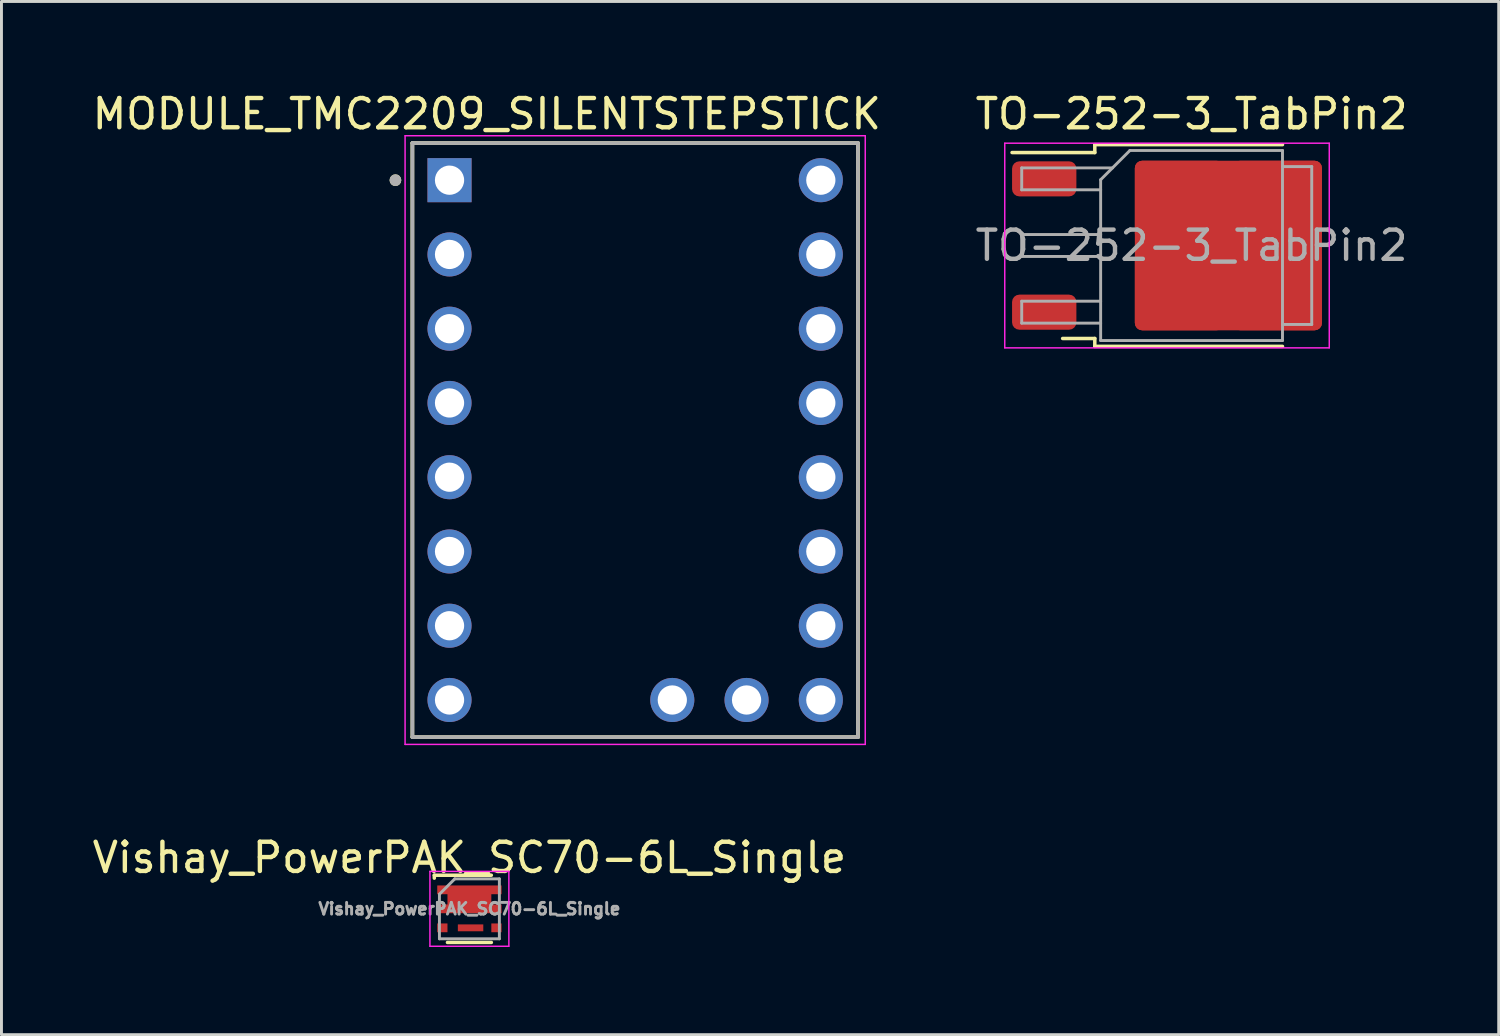
<source format=kicad_pcb>
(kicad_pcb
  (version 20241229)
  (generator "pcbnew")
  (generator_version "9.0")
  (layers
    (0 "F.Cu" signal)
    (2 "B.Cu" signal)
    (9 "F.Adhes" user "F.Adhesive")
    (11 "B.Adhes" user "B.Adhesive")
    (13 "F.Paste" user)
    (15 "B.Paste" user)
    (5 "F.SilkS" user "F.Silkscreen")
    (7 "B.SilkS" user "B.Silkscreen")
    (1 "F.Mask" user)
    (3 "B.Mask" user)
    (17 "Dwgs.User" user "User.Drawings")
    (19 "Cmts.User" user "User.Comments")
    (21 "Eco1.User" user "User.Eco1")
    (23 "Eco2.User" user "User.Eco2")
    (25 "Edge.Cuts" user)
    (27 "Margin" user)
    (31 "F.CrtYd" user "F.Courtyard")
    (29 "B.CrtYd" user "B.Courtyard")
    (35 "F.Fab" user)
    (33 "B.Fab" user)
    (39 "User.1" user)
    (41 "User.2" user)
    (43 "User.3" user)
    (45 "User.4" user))
  (footprint "TO-252-3_TabPin2"
    (layer "F.Cu")
    (at 37.708 5.348)
    (property "Reference" "TO-252-3_TabPin2" (at 0 -4.5 0) (layer "F.SilkS") (effects (font (size 1 1) (thickness 0.15))))
    (attr smd)
    (fp_line (start -3.31 -3.45) (end -3.31 -3.18) (stroke (width 0.12) (type solid)) (layer "F.SilkS"))
    (fp_line (start -3.31 -3.18) (end -6.14 -3.18) (stroke (width 0.12) (type solid)) (layer "F.SilkS"))
    (fp_line (start -3.31 3.18) (end -4.41 3.18) (stroke (width 0.12) (type solid)) (layer "F.SilkS"))
    (fp_line (start -3.31 3.45) (end -3.31 3.18) (stroke (width 0.12) (type solid)) (layer "F.SilkS"))
    (fp_line (start 3.11 -3.45) (end -3.31 -3.45) (stroke (width 0.12) (type solid)) (layer "F.SilkS"))
    (fp_line (start 3.11 3.45) (end -3.31 3.45) (stroke (width 0.12) (type solid)) (layer "F.SilkS"))
    (fp_line (start -6.39 -3.5) (end -6.39 3.5) (stroke (width 0.05) (type solid)) (layer "F.CrtYd"))
    (fp_line (start -6.39 3.5) (end 4.71 3.5) (stroke (width 0.05) (type solid)) (layer "F.CrtYd"))
    (fp_line (start 4.71 -3.5) (end -6.39 -3.5) (stroke (width 0.05) (type solid)) (layer "F.CrtYd"))
    (fp_line (start 4.71 3.5) (end 4.71 -3.5) (stroke (width 0.05) (type solid)) (layer "F.CrtYd"))
    (fp_line (start -5.81 -2.655) (end -5.81 -1.905) (stroke (width 0.1) (type solid)) (layer "F.Fab"))
    (fp_line (start -5.81 -1.905) (end -3.11 -1.905) (stroke (width 0.1) (type solid)) (layer "F.Fab"))
    (fp_line (start -5.81 -0.375) (end -5.81 0.375) (stroke (width 0.1) (type solid)) (layer "F.Fab"))
    (fp_line (start -5.81 0.375) (end -3.11 0.375) (stroke (width 0.1) (type solid)) (layer "F.Fab"))
    (fp_line (start -5.81 1.905) (end -5.81 2.655) (stroke (width 0.1) (type solid)) (layer "F.Fab"))
    (fp_line (start -5.81 2.655) (end -3.11 2.655) (stroke (width 0.1) (type solid)) (layer "F.Fab"))
    (fp_line (start -3.11 -2.25) (end -2.11 -3.25) (stroke (width 0.1) (type solid)) (layer "F.Fab"))
    (fp_line (start -3.11 -0.375) (end -5.81 -0.375) (stroke (width 0.1) (type solid)) (layer "F.Fab"))
    (fp_line (start -3.11 1.905) (end -5.81 1.905) (stroke (width 0.1) (type solid)) (layer "F.Fab"))
    (fp_line (start -3.11 3.25) (end -3.11 -2.25) (stroke (width 0.1) (type solid)) (layer "F.Fab"))
    (fp_line (start -2.705 -2.655) (end -5.81 -2.655) (stroke (width 0.1) (type solid)) (layer "F.Fab"))
    (fp_line (start -2.11 -3.25) (end 3.11 -3.25) (stroke (width 0.1) (type solid)) (layer "F.Fab"))
    (fp_line (start 3.11 -3.25) (end 3.11 3.25) (stroke (width 0.1) (type solid)) (layer "F.Fab"))
    (fp_line (start 3.11 -2.7) (end 4.11 -2.7) (stroke (width 0.1) (type solid)) (layer "F.Fab"))
    (fp_line (start 3.11 3.25) (end -3.11 3.25) (stroke (width 0.1) (type solid)) (layer "F.Fab"))
    (fp_line (start 4.11 -2.7) (end 4.11 2.7) (stroke (width 0.1) (type solid)) (layer "F.Fab"))
    (fp_line (start 4.11 2.7) (end 3.11 2.7) (stroke (width 0.1) (type solid)) (layer "F.Fab"))
    (fp_text user "${REFERENCE}" (at 0 0 0) (layer "F.Fab") (effects (font (size 1 1) (thickness 0.15))))
    (pad "1" smd roundrect (at -5.04 -2.28) (size 2.2 1.2) (layers "F.Cu" "F.Mask" "F.Paste") (roundrect_rratio 0.208))
    (pad "2" smd roundrect (at -0.415 -1.525) (size 3.05 2.75) (layers "F.Cu" "F.Paste") (roundrect_rratio 0.091))
    (pad "2" smd roundrect (at -0.415 1.525) (size 3.05 2.75) (layers "F.Cu" "F.Paste") (roundrect_rratio 0.091))
    (pad "2" smd roundrect (at 1.26 0) (size 6.4 5.8) (layers "F.Cu" "F.Mask") (roundrect_rratio 0.043))
    (pad "2" smd roundrect (at 2.935 -1.525) (size 3.05 2.75) (layers "F.Cu" "F.Paste") (roundrect_rratio 0.091))
    (pad "2" smd roundrect (at 2.935 1.525) (size 3.05 2.75) (layers "F.Cu" "F.Paste") (roundrect_rratio 0.091))
    (pad "3" smd roundrect (at -5.04 2.28) (size 2.2 1.2) (layers "F.Cu" "F.Mask" "F.Paste") (roundrect_rratio 0.208)))
  (footprint "Vishay_PowerPAK_SC70-6L_Single"
    (layer "F.Cu")
    (at 13.006 28.037)
    (property "Reference" "Vishay_PowerPAK_SC70-6L_Single" (at 0 -1.75 0) (layer "F.SilkS") (effects (font (size 1 1) (thickness 0.15))))
    (attr smd)
    (fp_line (start -1.2 -1.15) (end -1.2 -1.05) (stroke (width 0.12) (type solid)) (layer "F.SilkS"))
    (fp_line (start -1.2 -1.15) (end 0.75 -1.15) (stroke (width 0.12) (type solid)) (layer "F.SilkS"))
    (fp_line (start 0.75 1.15) (end -0.75 1.15) (stroke (width 0.12) (type solid)) (layer "F.SilkS"))
    (fp_line (start -1.35 -1.28) (end 1.35 -1.28) (stroke (width 0.05) (type solid)) (layer "F.CrtYd"))
    (fp_line (start -1.35 1.28) (end -1.35 -1.28) (stroke (width 0.05) (type solid)) (layer "F.CrtYd"))
    (fp_line (start 1.35 -1.28) (end 1.35 1.28) (stroke (width 0.05) (type solid)) (layer "F.CrtYd"))
    (fp_line (start 1.35 1.28) (end -1.35 1.28) (stroke (width 0.05) (type solid)) (layer "F.CrtYd"))
    (fp_line (start -1.025 -0.5) (end -0.5 -1.025) (stroke (width 0.1) (type solid)) (layer "F.Fab"))
    (fp_line (start -1.025 1.025) (end -1.025 -0.5) (stroke (width 0.1) (type solid)) (layer "F.Fab"))
    (fp_line (start -0.5 -1.025) (end 1.025 -1.025) (stroke (width 0.1) (type solid)) (layer "F.Fab"))
    (fp_line (start 1.025 -1.025) (end 1.025 1.025) (stroke (width 0.1) (type solid)) (layer "F.Fab"))
    (fp_line (start 1.025 1.025) (end -1.025 1.025) (stroke (width 0.1) (type solid)) (layer "F.Fab"))
    (fp_text user "${REFERENCE}" (at 0 0 0) (layer "F.Fab") (effects (font (size 0.4 0.4) (thickness 0.1))))
    (pad "" smd rect (at -0.35 -0.325) (size 0.6 0.8) (layers "F.Paste"))
    (pad "" smd rect (at 0.35 -0.325) (size 0.6 0.8) (layers "F.Paste"))
    (pad "1" smd custom (at 0 -0.325) (size 1.5 0.95) (layers "F.Cu" "F.Mask") (options (anchor rect)) (primitives (gr_poly (pts (xy 1.1 -0.175) (xy -1.1 -0.175) (xy -1.1 -0.475) (xy 1.1 -0.475)) (width 0) (fill yes)) (gr_poly (pts (xy 1.1 0.475) (xy -1.1 0.475) (xy -1.1 0.175) (xy 1.1 0.175)) (width 0) (fill yes))))
    (pad "2" smd rect (at 0.925 0.65) (size 0.35 0.3) (layers "F.Cu" "F.Mask" "F.Paste"))
    (pad "3" smd rect (at -0.925 0.65) (size 0.35 0.3) (layers "F.Cu" "F.Mask" "F.Paste"))
    (pad "3" smd rect (at 0.04 0.65) (size 0.87 0.235) (layers "F.Cu" "F.Mask" "F.Paste")))
  (footprint "MODULE_TMC2209_SILENTSTEPSTICK"
    (layer "F.Cu")
    (at 18.676 12.003)
    (property "Reference" "MODULE_TMC2209_SILENTSTEPSTICK" (at -5.075 -11.155 0) (layer "F.SilkS") (effects (font (size 1 1) (thickness 0.15))))
    (attr through_hole)
    (fp_line (start -7.62 -10.16) (end 7.62 -10.16) (stroke (width 0.127) (type solid)) (layer "F.SilkS"))
    (fp_line (start -7.62 10.16) (end -7.62 -10.16) (stroke (width 0.127) (type solid)) (layer "F.SilkS"))
    (fp_line (start 7.62 -10.16) (end 7.62 10.16) (stroke (width 0.127) (type solid)) (layer "F.SilkS"))
    (fp_line (start 7.62 10.16) (end -7.62 10.16) (stroke (width 0.127) (type solid)) (layer "F.SilkS"))
    (fp_circle (center -8.2 -8.89) (end -8.1 -8.89) (stroke (width 0.2) (type solid)) (fill no) (layer "F.SilkS"))
    (fp_line (start -7.87 -10.41) (end 7.87 -10.41) (stroke (width 0.05) (type solid)) (layer "F.CrtYd"))
    (fp_line (start -7.87 10.41) (end -7.87 -10.41) (stroke (width 0.05) (type solid)) (layer "F.CrtYd"))
    (fp_line (start 7.87 -10.41) (end 7.87 10.41) (stroke (width 0.05) (type solid)) (layer "F.CrtYd"))
    (fp_line (start 7.87 10.41) (end -7.87 10.41) (stroke (width 0.05) (type solid)) (layer "F.CrtYd"))
    (fp_line (start -7.62 -10.16) (end 7.62 -10.16) (stroke (width 0.127) (type solid)) (layer "F.Fab"))
    (fp_line (start -7.62 10.16) (end -7.62 -10.16) (stroke (width 0.127) (type solid)) (layer "F.Fab"))
    (fp_line (start 7.62 -10.16) (end 7.62 10.16) (stroke (width 0.127) (type solid)) (layer "F.Fab"))
    (fp_line (start 7.62 10.16) (end -7.62 10.16) (stroke (width 0.127) (type solid)) (layer "F.Fab"))
    (fp_circle (center -8.2 -8.89) (end -8.1 -8.89) (stroke (width 0.2) (type solid)) (fill no) (layer "F.Fab"))
    (pad "1" thru_hole rect (at -6.35 -8.89) (size 1.508 1.508) (drill 1) (layers "*.Cu" "*.Mask"))
    (pad "2" thru_hole circle (at -6.35 -6.35) (size 1.508 1.508) (drill 1) (layers "*.Cu" "*.Mask"))
    (pad "3" thru_hole circle (at -6.35 -3.81) (size 1.508 1.508) (drill 1) (layers "*.Cu" "*.Mask"))
    (pad "4" thru_hole circle (at -6.35 -1.27) (size 1.508 1.508) (drill 1) (layers "*.Cu" "*.Mask"))
    (pad "5" thru_hole circle (at -6.35 1.27) (size 1.508 1.508) (drill 1) (layers "*.Cu" "*.Mask"))
    (pad "6" thru_hole circle (at -6.35 3.81) (size 1.508 1.508) (drill 1) (layers "*.Cu" "*.Mask"))
    (pad "7" thru_hole circle (at -6.35 6.35) (size 1.508 1.508) (drill 1) (layers "*.Cu" "*.Mask"))
    (pad "8" thru_hole circle (at -6.35 8.89) (size 1.508 1.508) (drill 1) (layers "*.Cu" "*.Mask"))
    (pad "9" thru_hole circle (at 6.35 -8.89) (size 1.508 1.508) (drill 1) (layers "*.Cu" "*.Mask"))
    (pad "10" thru_hole circle (at 6.35 -6.35) (size 1.508 1.508) (drill 1) (layers "*.Cu" "*.Mask"))
    (pad "11" thru_hole circle (at 6.35 -3.81) (size 1.508 1.508) (drill 1) (layers "*.Cu" "*.Mask"))
    (pad "12" thru_hole circle (at 6.35 -1.27) (size 1.508 1.508) (drill 1) (layers "*.Cu" "*.Mask"))
    (pad "13" thru_hole circle (at 6.35 1.27) (size 1.508 1.508) (drill 1) (layers "*.Cu" "*.Mask"))
    (pad "14" thru_hole circle (at 6.35 3.81) (size 1.508 1.508) (drill 1) (layers "*.Cu" "*.Mask"))
    (pad "15" thru_hole circle (at 6.35 6.35) (size 1.508 1.508) (drill 1) (layers "*.Cu" "*.Mask"))
    (pad "16" thru_hole circle (at 6.35 8.89) (size 1.508 1.508) (drill 1) (layers "*.Cu" "*.Mask"))
    (pad "17" thru_hole circle (at 1.27 8.89) (size 1.508 1.508) (drill 1) (layers "*.Cu" "*.Mask"))
    (pad "18" thru_hole circle (at 3.81 8.89) (size 1.508 1.508) (drill 1) (layers "*.Cu" "*.Mask")))
  (gr_rect
    (start -3 -3)
    (end 48.214 32.342)
    (stroke (width 0.1) (type default))
    (fill no)
    (layer "Edge.Cuts")))
</source>
